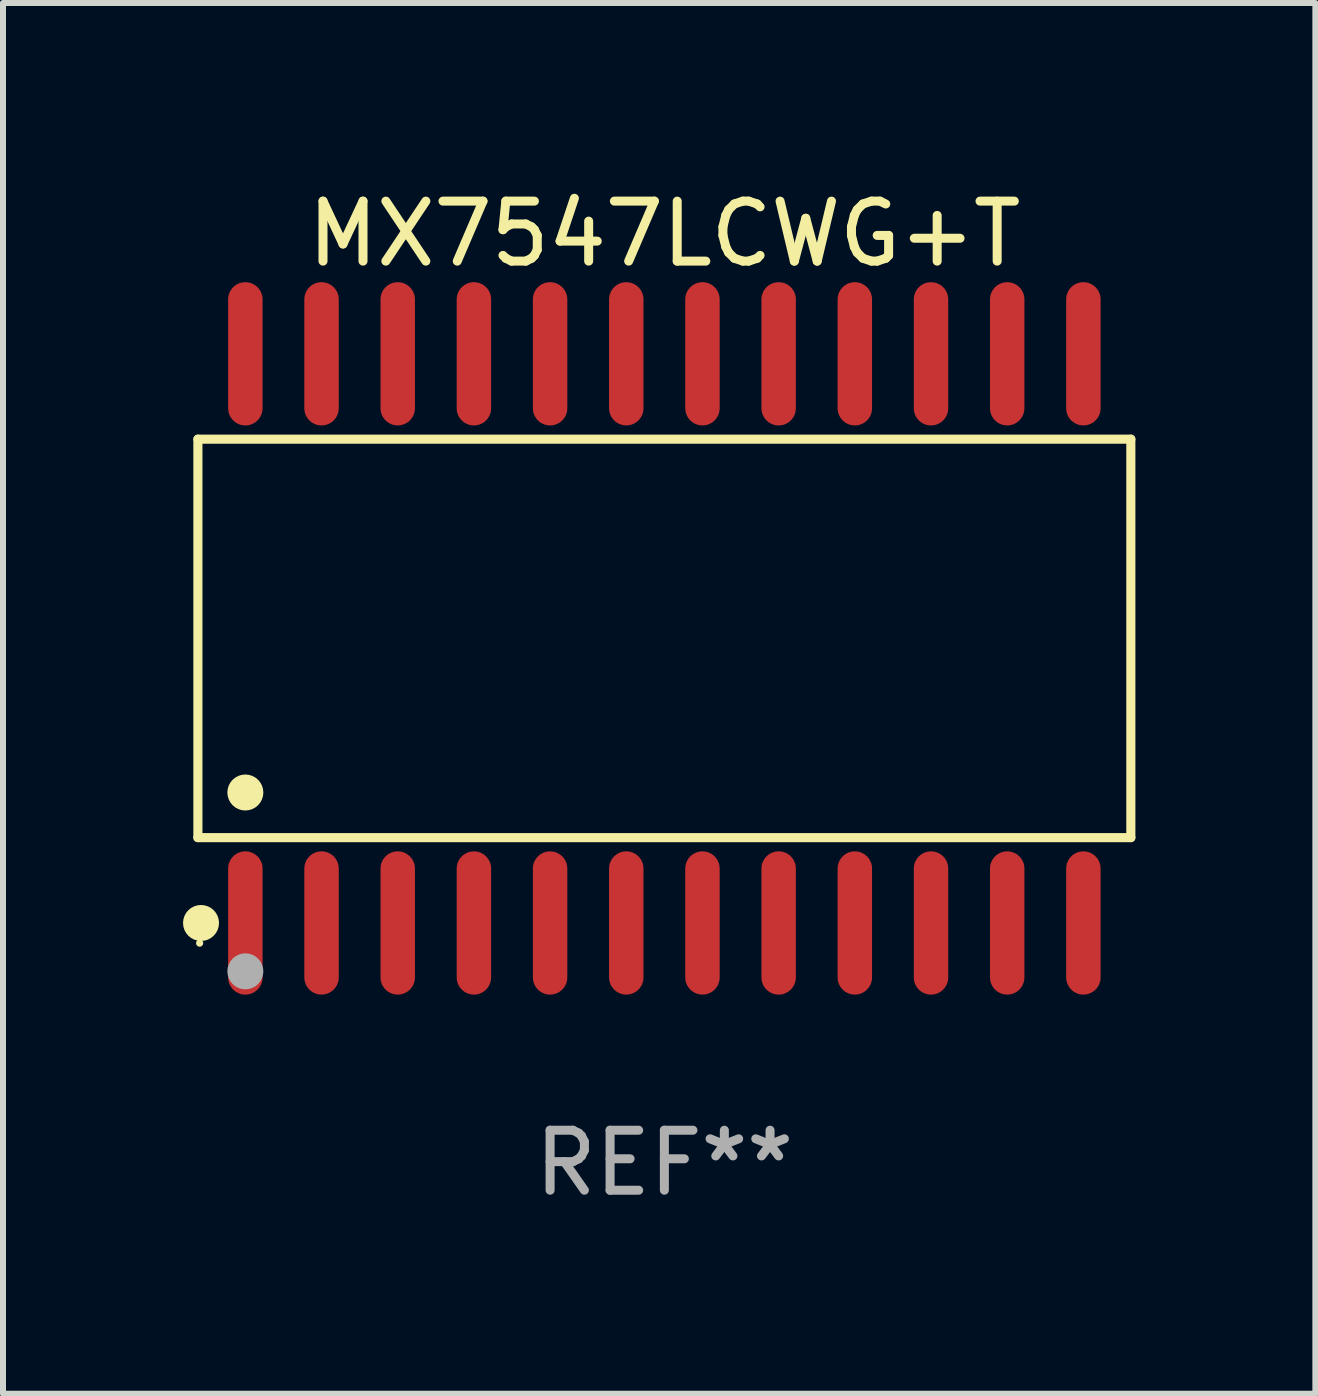
<source format=kicad_pcb>
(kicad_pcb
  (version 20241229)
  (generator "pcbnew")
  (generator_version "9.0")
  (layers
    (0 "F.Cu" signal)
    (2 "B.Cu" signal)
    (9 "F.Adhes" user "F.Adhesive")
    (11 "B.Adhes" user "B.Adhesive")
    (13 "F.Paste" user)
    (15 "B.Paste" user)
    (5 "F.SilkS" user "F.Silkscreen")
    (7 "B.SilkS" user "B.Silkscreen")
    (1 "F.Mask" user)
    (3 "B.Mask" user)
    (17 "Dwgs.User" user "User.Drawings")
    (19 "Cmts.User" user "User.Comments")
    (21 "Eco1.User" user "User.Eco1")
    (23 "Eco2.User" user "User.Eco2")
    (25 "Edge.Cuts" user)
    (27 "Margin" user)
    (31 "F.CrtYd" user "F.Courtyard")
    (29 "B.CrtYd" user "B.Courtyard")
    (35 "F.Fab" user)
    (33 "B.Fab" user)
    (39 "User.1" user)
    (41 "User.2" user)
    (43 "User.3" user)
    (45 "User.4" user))
  (footprint "MX7547LCWG+T"
    (layer "F.Cu")
    (at 8.025 7.592)
    (property "Reference" "MX7547LCWG+T" (at 0 -6.744 0) (layer "F.SilkS") (effects (font (size 1 1) (thickness 0.15))))
    (attr through_hole)
    (fp_line (start -7.776 -3.321) (end 7.776 -3.321) (stroke (width 0.152) (type solid)) (layer "F.SilkS"))
    (fp_line (start -7.776 3.321) (end -7.776 -3.321) (stroke (width 0.152) (type solid)) (layer "F.SilkS"))
    (fp_line (start 7.776 -3.321) (end 7.776 3.321) (stroke (width 0.152) (type solid)) (layer "F.SilkS"))
    (fp_line (start 7.776 3.321) (end -7.776 3.321) (stroke (width 0.152) (type solid)) (layer "F.SilkS"))
    (fp_circle (center -7.747 5.08) (end -7.717 5.08) (stroke (width 0.06) (type solid)) (fill no) (layer "F.SilkS"))
    (fp_circle (center -7.724 4.744) (end -7.574 4.744) (stroke (width 0.3) (type solid)) (fill no) (layer "F.SilkS"))
    (fp_circle (center -6.985 2.569) (end -6.835 2.569) (stroke (width 0.3) (type solid)) (fill no) (layer "F.SilkS"))
    (fp_circle (center -6.985 5.55) (end -6.835 5.55) (stroke (width 0.3) (type solid)) (fill no) (layer "F.Fab"))
    (fp_text user "REF**" (at 0 8.744 0) (layer "F.Fab") (effects (font (size 1 1) (thickness 0.15))))
    (pad "1" smd oval (at -6.985 4.744) (size 0.574 2.388) (layers "F.Cu" "F.Mask" "F.Paste"))
    (pad "2" smd oval (at -5.715 4.744) (size 0.574 2.388) (layers "F.Cu" "F.Mask" "F.Paste"))
    (pad "3" smd oval (at -4.445 4.744) (size 0.574 2.388) (layers "F.Cu" "F.Mask" "F.Paste"))
    (pad "4" smd oval (at -3.175 4.744) (size 0.574 2.388) (layers "F.Cu" "F.Mask" "F.Paste"))
    (pad "5" smd oval (at -1.905 4.744) (size 0.574 2.388) (layers "F.Cu" "F.Mask" "F.Paste"))
    (pad "6" smd oval (at -0.635 4.744) (size 0.574 2.388) (layers "F.Cu" "F.Mask" "F.Paste"))
    (pad "7" smd oval (at 0.635 4.744) (size 0.574 2.388) (layers "F.Cu" "F.Mask" "F.Paste"))
    (pad "8" smd oval (at 1.905 4.744) (size 0.574 2.388) (layers "F.Cu" "F.Mask" "F.Paste"))
    (pad "9" smd oval (at 3.175 4.744) (size 0.574 2.388) (layers "F.Cu" "F.Mask" "F.Paste"))
    (pad "10" smd oval (at 4.445 4.744) (size 0.574 2.388) (layers "F.Cu" "F.Mask" "F.Paste"))
    (pad "11" smd oval (at 5.715 4.744) (size 0.574 2.388) (layers "F.Cu" "F.Mask" "F.Paste"))
    (pad "12" smd oval (at 6.985 4.744) (size 0.574 2.388) (layers "F.Cu" "F.Mask" "F.Paste"))
    (pad "13" smd oval (at 6.985 -4.744) (size 0.574 2.388) (layers "F.Cu" "F.Mask" "F.Paste"))
    (pad "14" smd oval (at 5.715 -4.744) (size 0.574 2.388) (layers "F.Cu" "F.Mask" "F.Paste"))
    (pad "15" smd oval (at 4.445 -4.744) (size 0.574 2.388) (layers "F.Cu" "F.Mask" "F.Paste"))
    (pad "16" smd oval (at 3.175 -4.744) (size 0.574 2.388) (layers "F.Cu" "F.Mask" "F.Paste"))
    (pad "17" smd oval (at 1.905 -4.744) (size 0.574 2.388) (layers "F.Cu" "F.Mask" "F.Paste"))
    (pad "18" smd oval (at 0.635 -4.744) (size 0.574 2.388) (layers "F.Cu" "F.Mask" "F.Paste"))
    (pad "19" smd oval (at -0.635 -4.744) (size 0.574 2.388) (layers "F.Cu" "F.Mask" "F.Paste"))
    (pad "20" smd oval (at -1.905 -4.744) (size 0.574 2.388) (layers "F.Cu" "F.Mask" "F.Paste"))
    (pad "21" smd oval (at -3.175 -4.744) (size 0.574 2.388) (layers "F.Cu" "F.Mask" "F.Paste"))
    (pad "22" smd oval (at -4.445 -4.744) (size 0.574 2.388) (layers "F.Cu" "F.Mask" "F.Paste"))
    (pad "23" smd oval (at -5.715 -4.744) (size 0.574 2.388) (layers "F.Cu" "F.Mask" "F.Paste"))
    (pad "24" smd oval (at -6.985 -4.744) (size 0.574 2.388) (layers "F.Cu" "F.Mask" "F.Paste")))
  (gr_rect
    (start -3 -3)
    (end 18.877 20.184)
    (stroke (width 0.1) (type default))
    (fill no)
    (layer "Edge.Cuts")))
</source>
